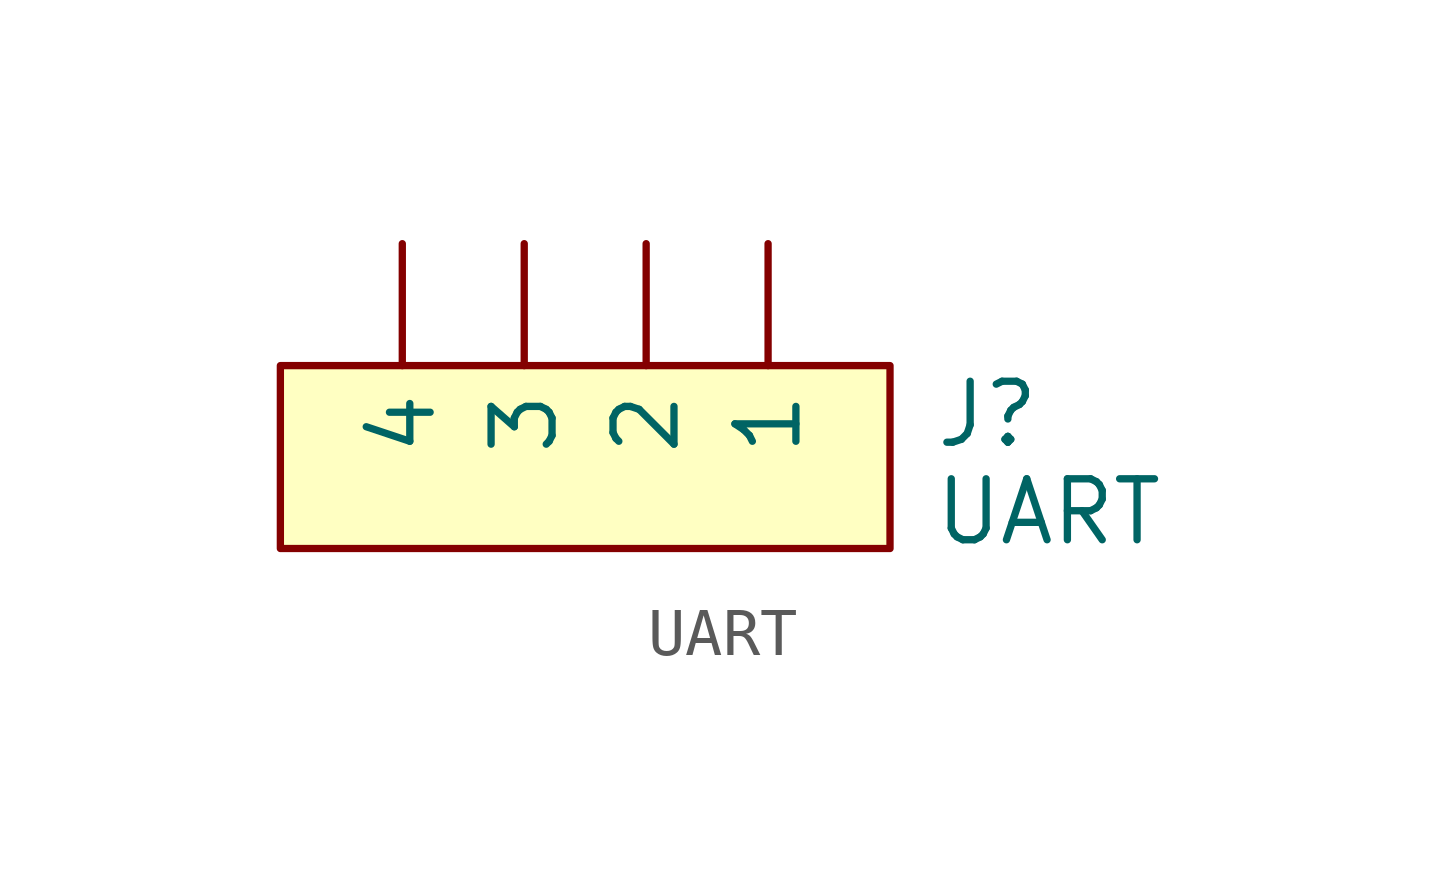
<source format=kicad_sym>
(kicad_symbol_lib
  (version 20231120)
  (generator "kicad_symbol_editor")
  (generator_version "8.0")
  (symbol "UART"
    (property "Reference" "J"
      (at 8.382 1.524 0)
      (effects (font (size 1.27 1.27))))
    (property "Value" "UART"
      (at 9.652 -0.508 0)
      (effects (font (size 1.27 1.27))))
    (symbol "UART_1_1"
      (rectangle (start -6.35 2.54) (end 6.35 -1.27) (stroke (width 0) (type default)) (fill (type background)))
      (pin power_in line (at 3.81 5.08 270) (length 2.54) (name "1" (effects (font (size 1.27 1.27)))) (number "" (effects (font (size 1.27 1.27)))))
      (pin input line (at 1.27 5.08 270) (length 2.54) (name "2" (effects (font (size 1.27 1.27)))) (number "" (effects (font (size 1.27 1.27)))))
      (pin input line (at -1.27 5.08 270) (length 2.54) (name "3" (effects (font (size 1.27 1.27)))) (number "" (effects (font (size 1.27 1.27)))))
      (pin power_in line (at -3.81 5.08 270) (length 2.54) (name "4" (effects (font (size 1.27 1.27)))) (number "" (effects (font (size 1.27 1.27))))))))
</source>
